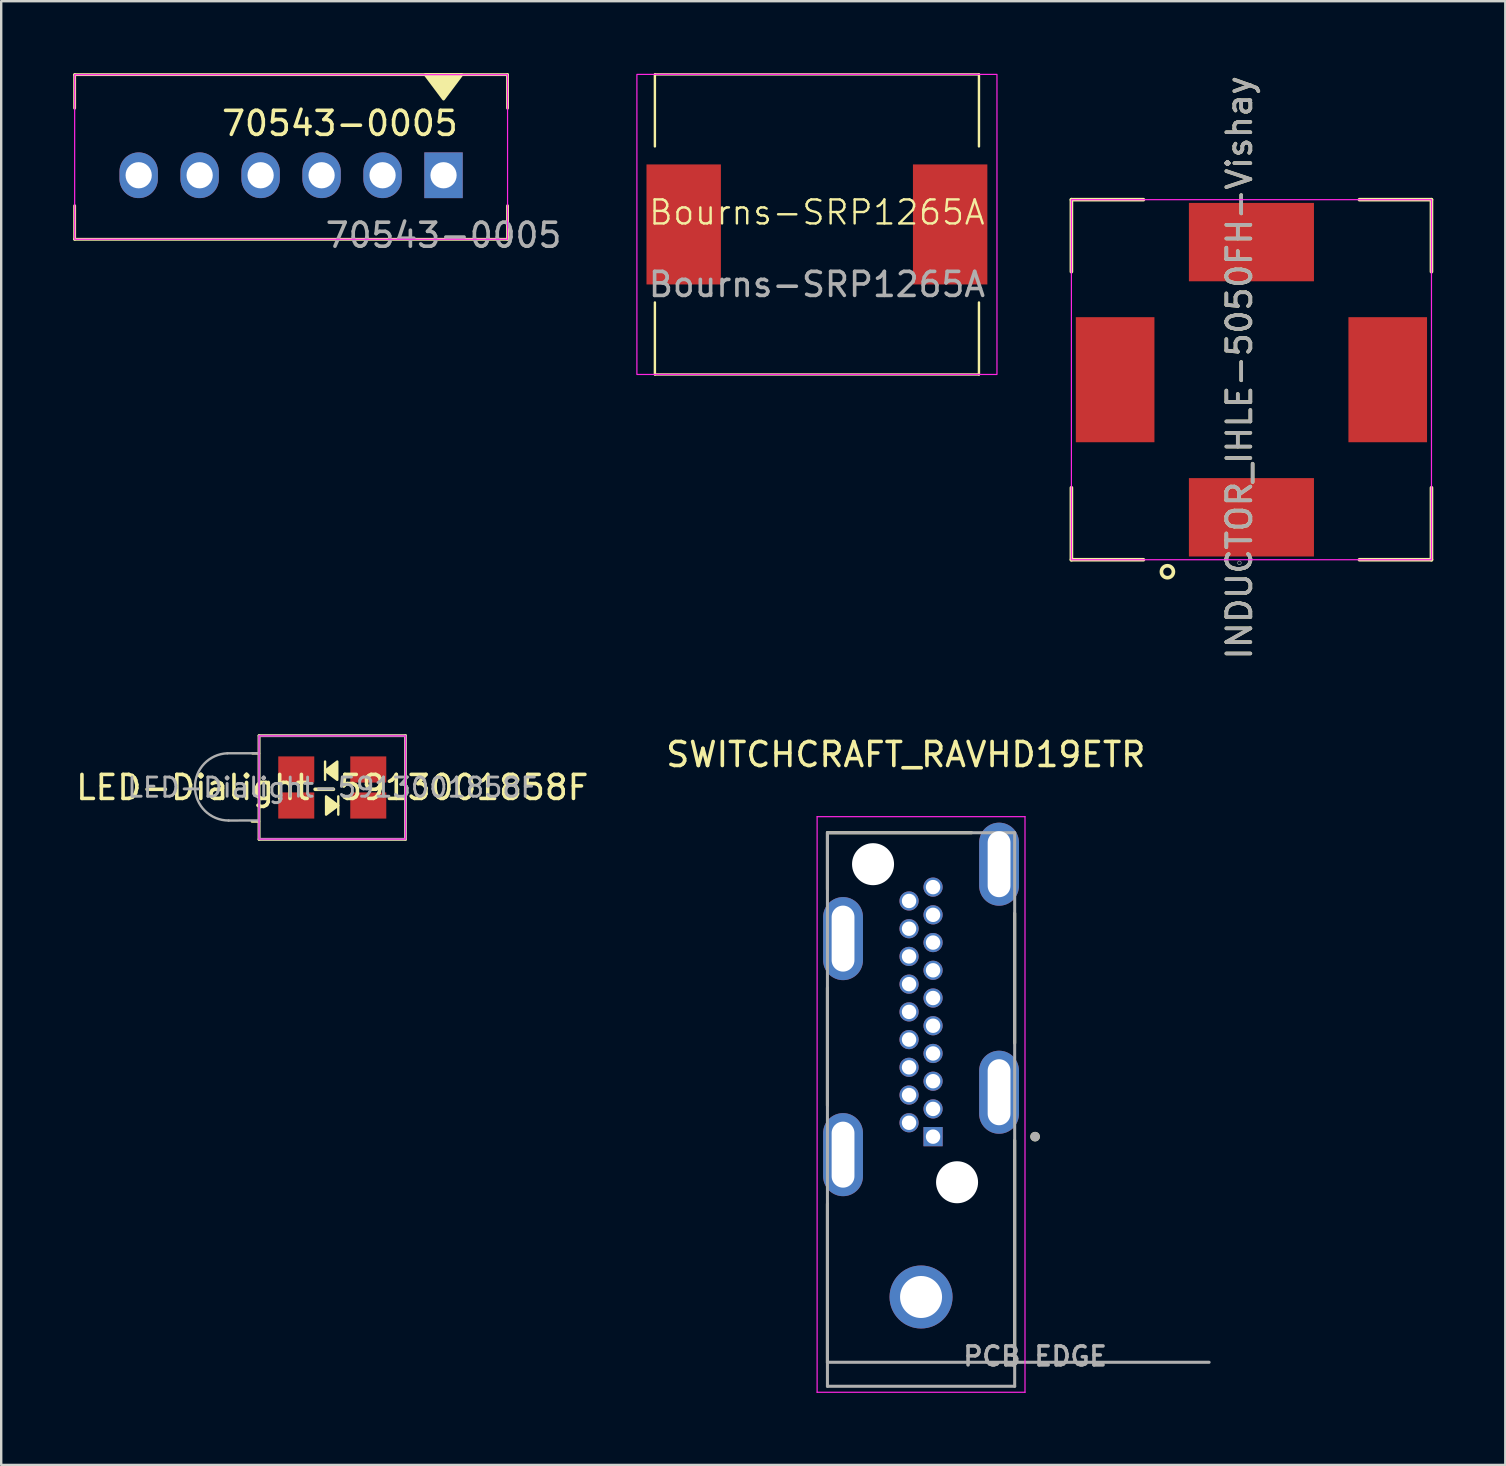
<source format=kicad_pcb>
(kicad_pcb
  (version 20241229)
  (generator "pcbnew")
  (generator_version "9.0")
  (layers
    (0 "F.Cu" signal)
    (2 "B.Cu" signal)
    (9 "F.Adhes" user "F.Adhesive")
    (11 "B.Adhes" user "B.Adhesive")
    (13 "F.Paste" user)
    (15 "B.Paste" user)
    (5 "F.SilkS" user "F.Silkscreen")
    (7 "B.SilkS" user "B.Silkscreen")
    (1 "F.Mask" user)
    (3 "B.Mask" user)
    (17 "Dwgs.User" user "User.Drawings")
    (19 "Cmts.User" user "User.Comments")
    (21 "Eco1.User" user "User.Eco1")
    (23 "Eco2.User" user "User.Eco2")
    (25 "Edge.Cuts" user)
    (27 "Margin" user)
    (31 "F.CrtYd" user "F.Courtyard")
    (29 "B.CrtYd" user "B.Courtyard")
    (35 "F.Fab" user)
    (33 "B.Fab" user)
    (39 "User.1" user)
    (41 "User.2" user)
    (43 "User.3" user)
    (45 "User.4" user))
  (footprint "INDUCTOR_IHLE-5050FH-Vishay"
    (layer "F.Cu")
    (at 49.083 12.768)
    (property "Reference" "INDUCTOR_IHLE-5050FH-Vishay" (at -0.5 -0.5 90) (unlocked yes) (layer "F.SilkS") (effects (font (size 1 1) (thickness 0.15))))
    (attr smd)
    (fp_line (start -7.5 -7.5) (end -7.5 -4.5) (stroke (width 0.152) (type solid)) (layer "F.SilkS"))
    (fp_line (start -7.5 -7.5) (end -4.5 -7.5) (stroke (width 0.152) (type solid)) (layer "F.SilkS"))
    (fp_line (start -7.5 7.5) (end -7.5 4.5) (stroke (width 0.152) (type solid)) (layer "F.SilkS"))
    (fp_line (start -7.5 7.5) (end -4.5 7.5) (stroke (width 0.152) (type solid)) (layer "F.SilkS"))
    (fp_line (start 7.5 -7.5) (end 4.5 -7.5) (stroke (width 0.152) (type solid)) (layer "F.SilkS"))
    (fp_line (start 7.5 -7.5) (end 7.5 -4.5) (stroke (width 0.152) (type solid)) (layer "F.SilkS"))
    (fp_line (start 7.5 7.5) (end 4.5 7.5) (stroke (width 0.152) (type solid)) (layer "F.SilkS"))
    (fp_line (start 7.5 7.5) (end 7.5 4.5) (stroke (width 0.152) (type solid)) (layer "F.SilkS"))
    (fp_circle (center -3.5 8) (end -3.5 7.75) (stroke (width 0.152) (type solid)) (fill no) (layer "F.SilkS"))
    (fp_rect (start -7.5 -7.5) (end 7.5 7.5) (stroke (width 0.05) (type default)) (fill no) (layer "F.CrtYd"))
    (fp_circle (center -0.5 7.628) (end -0.5 7.552) (stroke (width 0.025) (type solid)) (fill no) (layer "F.Fab"))
    (fp_text user "${REFERENCE}" (at -0.5 -0.5 90) (unlocked yes) (layer "F.Fab") (effects (font (size 1 1) (thickness 0.15))))
    (pad "1" smd rect (at 0 5.732) (size 5.21 3.265) (layers "F.Cu" "F.Mask" "F.Paste"))
    (pad "2" smd rect (at 0 -5.732) (size 5.21 3.265) (layers "F.Cu" "F.Mask" "F.Paste"))
    (pad "3" smd rect (at -5.678 0 90) (size 5.21 3.275) (layers "F.Cu" "F.Mask" "F.Paste"))
    (pad "4" smd rect (at 5.678 0 90) (size 5.21 3.275) (layers "F.Cu" "F.Mask" "F.Paste"))
    (zone (net_name "") (layers "F.Cu" "F.CrtYd") (hatch edge 0.5) (connect_pads) (min_thickness 0.25) (filled_areas_thickness no) (keepout (tracks not_allowed) (vias not_allowed) (pads not_allowed) (copperpour allowed) (footprints allowed)) (placement (enabled no)) (fill) (polygon (pts (xy 41.971 15.562) (xy 41.971 19.88) (xy 46.289 19.88) (xy 46.289 16.578) (xy 51.877 16.578) (xy 51.877 19.88) (xy 56.195 19.88) (xy 56.195 15.562) (xy 52.893 15.562) (xy 52.893 9.974) (xy 56.195 9.974) (xy 56.195 5.656) (xy 51.877 5.656) (xy 51.877 8.958) (xy 46.289 8.958) (xy 46.289 5.656) (xy 41.971 5.656) (xy 41.971 9.974) (xy 45.273 9.974) (xy 45.273 15.562)))))
  (footprint "SWITCHCRAFT_RAVHD19ETR"
    (layer "F.Cu")
    (at 35.32 43.171)
    (property "Reference" "SWITCHCRAFT_RAVHD19ETR" (at -0.635 -14.787 0) (layer "F.SilkS") (effects (font (size 1 1) (thickness 0.15))))
    (attr through_hole)
    (fp_circle (center -2 -10.22) (end -1.435 -10.22) (stroke (width 1.129) (type solid)) (fill no) (layer "F.Mask"))
    (fp_circle (center 1.5 3.03) (end 2.064 3.03) (stroke (width 1.129) (type solid)) (fill no) (layer "F.Mask"))
    (fp_circle (center -2 -10.22) (end -1.435 -10.22) (stroke (width 1.129) (type solid)) (fill no) (layer "B.Mask"))
    (fp_circle (center 1.5 3.03) (end 2.064 3.03) (stroke (width 1.129) (type solid)) (fill no) (layer "B.Mask"))
    (fp_line (start -3.9 -11.53) (end 2.106 -11.53) (stroke (width 0.127) (type solid)) (layer "F.SilkS"))
    (fp_line (start -3.9 -9.165) (end -3.9 -11.53) (stroke (width 0.127) (type solid)) (layer "F.SilkS"))
    (fp_line (start -3.9 -5.075) (end -3.9 -0.165) (stroke (width 0.127) (type solid)) (layer "F.SilkS"))
    (fp_line (start -3.9 10.53) (end -3.9 3.925) (stroke (width 0.127) (type solid)) (layer "F.SilkS"))
    (fp_line (start 3.9 -8.176) (end 3.9 -2.765) (stroke (width 0.127) (type solid)) (layer "F.SilkS"))
    (fp_line (start 3.9 1.285) (end 3.9 10.53) (stroke (width 0.127) (type solid)) (layer "F.SilkS"))
    (fp_circle (center 4.75 1.13) (end 4.85 1.13) (stroke (width 0.2) (type solid)) (fill no) (layer "F.SilkS"))
    (fp_line (start -4.33 -12.2) (end -4.33 11.78) (stroke (width 0.05) (type solid)) (layer "F.CrtYd"))
    (fp_line (start -4.33 11.78) (end 4.33 11.78) (stroke (width 0.05) (type solid)) (layer "F.CrtYd"))
    (fp_line (start 4.33 -12.2) (end -4.33 -12.2) (stroke (width 0.05) (type solid)) (layer "F.CrtYd"))
    (fp_line (start 4.33 11.78) (end 4.33 -12.2) (stroke (width 0.05) (type solid)) (layer "F.CrtYd"))
    (fp_line (start -3.9 -11.53) (end 3.9 -11.53) (stroke (width 0.127) (type solid)) (layer "F.Fab"))
    (fp_line (start -3.9 10.53) (end -3.9 -11.53) (stroke (width 0.127) (type solid)) (layer "F.Fab"))
    (fp_line (start -3.9 10.53) (end 12 10.53) (stroke (width 0.127) (type solid)) (layer "F.Fab"))
    (fp_line (start -3.9 11.53) (end -3.9 10.53) (stroke (width 0.127) (type solid)) (layer "F.Fab"))
    (fp_line (start 3.9 -11.53) (end 3.9 11.53) (stroke (width 0.127) (type solid)) (layer "F.Fab"))
    (fp_line (start 3.9 11.53) (end -3.9 11.53) (stroke (width 0.127) (type solid)) (layer "F.Fab"))
    (fp_circle (center 4.75 1.13) (end 4.85 1.13) (stroke (width 0.2) (type solid)) (fill no) (layer "F.Fab"))
    (fp_text user "PCB EDGE" (at 4.75 10.28 0) (layer "F.Fab") (effects (font (size 0.787 0.787) (thickness 0.15))))
    (pad "" np_thru_hole circle (at -2 -10.22) (size 1.75 1.75) (drill 1.75) (layers "*.Cu" "*.Mask"))
    (pad "" np_thru_hole circle (at 1.5 3.03) (size 1.75 1.75) (drill 1.75) (layers "*.Cu" "*.Mask"))
    (pad "1" thru_hole rect (at 0.5 1.13) (size 0.8 0.8) (drill 0.6) (layers "*.Cu" "*.Mask"))
    (pad "2" thru_hole circle (at -0.5 0.552) (size 0.8 0.8) (drill 0.6) (layers "*.Cu" "*.Mask"))
    (pad "3" thru_hole circle (at 0.5 -0.025) (size 0.8 0.8) (drill 0.6) (layers "*.Cu" "*.Mask"))
    (pad "4" thru_hole circle (at -0.5 -0.603) (size 0.8 0.8) (drill 0.6) (layers "*.Cu" "*.Mask"))
    (pad "5" thru_hole circle (at 0.5 -1.18) (size 0.8 0.8) (drill 0.6) (layers "*.Cu" "*.Mask"))
    (pad "6" thru_hole circle (at -0.5 -1.758) (size 0.8 0.8) (drill 0.6) (layers "*.Cu" "*.Mask"))
    (pad "7" thru_hole circle (at 0.5 -2.335) (size 0.8 0.8) (drill 0.6) (layers "*.Cu" "*.Mask"))
    (pad "8" thru_hole circle (at -0.5 -2.913) (size 0.8 0.8) (drill 0.6) (layers "*.Cu" "*.Mask"))
    (pad "9" thru_hole circle (at 0.5 -3.49) (size 0.8 0.8) (drill 0.6) (layers "*.Cu" "*.Mask"))
    (pad "10" thru_hole circle (at -0.5 -4.067) (size 0.8 0.8) (drill 0.6) (layers "*.Cu" "*.Mask"))
    (pad "11" thru_hole circle (at 0.5 -4.645) (size 0.8 0.8) (drill 0.6) (layers "*.Cu" "*.Mask"))
    (pad "12" thru_hole circle (at -0.5 -5.223) (size 0.8 0.8) (drill 0.6) (layers "*.Cu" "*.Mask"))
    (pad "13" thru_hole circle (at 0.5 -5.8) (size 0.8 0.8) (drill 0.6) (layers "*.Cu" "*.Mask"))
    (pad "14" thru_hole circle (at -0.5 -6.378) (size 0.8 0.8) (drill 0.6) (layers "*.Cu" "*.Mask"))
    (pad "15" thru_hole circle (at 0.5 -6.955) (size 0.8 0.8) (drill 0.6) (layers "*.Cu" "*.Mask"))
    (pad "16" thru_hole circle (at -0.5 -7.532) (size 0.8 0.8) (drill 0.6) (layers "*.Cu" "*.Mask"))
    (pad "17" thru_hole circle (at 0.5 -8.11) (size 0.8 0.8) (drill 0.6) (layers "*.Cu" "*.Mask"))
    (pad "18" thru_hole circle (at -0.5 -8.688) (size 0.8 0.8) (drill 0.6) (layers "*.Cu" "*.Mask"))
    (pad "19" thru_hole circle (at 0.5 -9.265) (size 0.8 0.8) (drill 0.6) (layers "*.Cu" "*.Mask"))
    (pad "SH1" thru_hole oval (at 3.25 -0.72) (size 1.66 3.46) (drill oval 0.95 2.75) (layers "*.Cu" "*.Mask"))
    (pad "SH2" thru_hole oval (at 3.25 -10.22) (size 1.66 3.46) (drill oval 0.95 2.75) (layers "*.Cu" "*.Mask"))
    (pad "SH3" thru_hole oval (at -3.25 -7.12) (size 1.66 3.46) (drill oval 0.95 2.75) (layers "*.Cu" "*.Mask"))
    (pad "SH4" thru_hole oval (at -3.25 1.88) (size 1.66 3.46) (drill oval 0.95 2.75) (layers "*.Cu" "*.Mask"))
    (pad "SH5" thru_hole circle (at 0 7.81) (size 2.625 2.625) (drill 1.75) (layers "*.Cu" "*.Mask")))
  (footprint "Bourns-SRP1265A"
    (layer "F.Cu")
    (at 30.982 6.3)
    (property "Reference" "Bourns-SRP1265A" (at 0 -0.5 0) (unlocked yes) (layer "F.SilkS") (effects (font (size 1 1) (thickness 0.1))))
    (attr smd)
    (fp_line (start -6.75 -6.25) (end -6.75 -3.25) (stroke (width 0.1) (type default)) (layer "F.SilkS"))
    (fp_line (start -6.75 -6.25) (end 6.75 -6.25) (stroke (width 0.1) (type default)) (layer "F.SilkS"))
    (fp_line (start -6.75 3.25) (end -6.75 6.25) (stroke (width 0.1) (type default)) (layer "F.SilkS"))
    (fp_line (start 6.75 -3.25) (end 6.75 -6.25) (stroke (width 0.1) (type default)) (layer "F.SilkS"))
    (fp_line (start 6.75 3.25) (end 6.75 6.25) (stroke (width 0.1) (type default)) (layer "F.SilkS"))
    (fp_line (start 6.75 6.25) (end -6.75 6.25) (stroke (width 0.1) (type default)) (layer "F.SilkS"))
    (fp_rect (start -7.5 -6.25) (end 7.5 6.25) (stroke (width 0.05) (type default)) (fill no) (layer "F.CrtYd"))
    (fp_text user "${REFERENCE}" (at 0 2.5 0) (unlocked yes) (layer "F.Fab") (effects (font (size 1 1) (thickness 0.15))))
    (pad "1" smd rect (at -5.55 0) (size 3.1 5) (layers "F.Cu" "F.Mask" "F.Paste"))
    (pad "2" smd rect (at 5.55 0) (size 3.1 5) (layers "F.Cu" "F.Mask" "F.Paste")))
  (footprint "70543-0005"
    (layer "F.Cu")
    (at 15.427 4.251)
    (property "Reference" "70543-0005" (at -4.318 -2.159 0) (unlocked yes) (layer "F.SilkS") (effects (font (size 1 1) (thickness 0.15))))
    (attr through_hole)
    (fp_line (start -15.367 -4.191) (end 2.667 -4.191) (stroke (width 0.12) (type solid)) (layer "F.SilkS"))
    (fp_line (start -15.367 -2.794) (end -15.367 -4.191) (stroke (width 0.12) (type solid)) (layer "F.SilkS"))
    (fp_line (start -15.367 2.667) (end -15.367 1.27) (stroke (width 0.12) (type solid)) (layer "F.SilkS"))
    (fp_line (start -15.367 2.667) (end 2.667 2.667) (stroke (width 0.12) (type solid)) (layer "F.SilkS"))
    (fp_line (start 2.667 -2.794) (end 2.667 -4.191) (stroke (width 0.12) (type solid)) (layer "F.SilkS"))
    (fp_line (start 2.667 2.667) (end 2.667 1.27) (stroke (width 0.12) (type solid)) (layer "F.SilkS"))
    (fp_poly (pts (xy 0 -3.175) (xy -0.762 -4.191) (xy 0.762 -4.191)) (stroke (width 0.12) (type solid)) (fill yes) (layer "F.SilkS"))
    (fp_rect (start -15.367 -4.191) (end 2.667 2.667) (stroke (width 0.05) (type solid)) (fill no) (layer "F.CrtYd"))
    (fp_text user "${REFERENCE}" (at 0 2.5 0) (unlocked yes) (layer "F.Fab") (effects (font (size 1 1) (thickness 0.15))))
    (pad "1" thru_hole rect (at 0 0) (size 1.6 1.905) (drill 1.092) (layers "*.Cu" "*.Mask"))
    (pad "2" thru_hole oval (at -2.54 0) (size 1.6 1.905) (drill 1.092) (layers "*.Cu" "*.Mask"))
    (pad "3" thru_hole oval (at -5.08 0) (size 1.6 1.905) (drill 1.092) (layers "*.Cu" "*.Mask"))
    (pad "4" thru_hole oval (at -7.62 0) (size 1.6 1.905) (drill 1.092) (layers "*.Cu" "*.Mask"))
    (pad "5" thru_hole oval (at -10.16 0) (size 1.6 1.905) (drill 1.092) (layers "*.Cu" "*.Mask"))
    (pad "6" thru_hole oval (at -12.7 0) (size 1.6 1.905) (drill 1.092) (layers "*.Cu" "*.Mask")))
  (footprint "LED-Dialight-5913001858F"
    (layer "F.Cu")
    (at 10.792 29.756)
    (property "Reference" "LED-Dialight-5913001858F" (at 0 0 0) (layer "F.SilkS") (effects (font (size 1 1) (thickness 0.15))))
    (attr smd)
    (fp_line (start -3.05 -2.16) (end 3.05 -2.16) (stroke (width 0.12) (type solid)) (layer "F.SilkS"))
    (fp_line (start -3.05 -1.42) (end -3.325 -1.42) (stroke (width 0.1) (type default)) (layer "F.SilkS"))
    (fp_line (start -3.05 1.42) (end -3.35 1.42) (stroke (width 0.1) (type default)) (layer "F.SilkS"))
    (fp_line (start -3.05 2.16) (end -3.05 -2.16) (stroke (width 0.12) (type solid)) (layer "F.SilkS"))
    (fp_line (start -3.05 2.16) (end 3.05 2.16) (stroke (width 0.12) (type solid)) (layer "F.SilkS"))
    (fp_line (start -0.3 -1.081) (end -0.3 -0.319) (stroke (width 0.1) (type default)) (layer "F.SilkS"))
    (fp_line (start 0.25 1.131) (end 0.25 0.369) (stroke (width 0.1) (type default)) (layer "F.SilkS"))
    (fp_line (start 3.05 2.16) (end 3.05 -2.16) (stroke (width 0.12) (type solid)) (layer "F.SilkS"))
    (fp_poly (pts (xy -0.258 0.369) (xy 0.25 0.75) (xy -0.258 1.131)) (stroke (width 0.1) (type solid)) (fill yes) (layer "F.SilkS"))
    (fp_poly (pts (xy 0.208 -0.319) (xy -0.3 -0.7) (xy 0.208 -1.081)) (stroke (width 0.1) (type solid)) (fill yes) (layer "F.SilkS"))
    (fp_rect (start -3.05 -2.15) (end 3.05 2.15) (stroke (width 0.05) (type default)) (fill no) (layer "F.CrtYd"))
    (fp_line (start -4.369 -1.425) (end -3.055 -1.426) (stroke (width 0.1) (type default)) (layer "F.Fab"))
    (fp_line (start -4.319 1.376) (end -3.055 1.373) (stroke (width 0.1) (type default)) (layer "F.Fab"))
    (fp_rect (start -3.05 -2.15) (end 3.05 2.15) (stroke (width 0.1) (type default)) (fill no) (layer "F.Fab"))
    (fp_arc (start -4.319331 1.375888) (mid -5.72 0) (end -4.369331 -1.425003) (stroke (width 0.1) (type default)) (layer "F.Fab"))
    (fp_text user "${REFERENCE}" (at 0 0 0) (layer "F.Fab") (effects (font (size 0.8 0.8) (thickness 0.12))))
    (pad "1" smd rect (at 1.5 0.75) (size 1.5 1.09) (layers "F.Cu" "F.Mask" "F.Paste"))
    (pad "2" smd rect (at -1.5 0.75) (size 1.5 1.09) (layers "F.Cu" "F.Mask" "F.Paste"))
    (pad "3" smd rect (at 1.5 -0.75) (size 1.5 1.09) (layers "F.Cu" "F.Mask" "F.Paste"))
    (pad "4" smd rect (at -1.5 -0.75) (size 1.5 1.09) (layers "F.Cu" "F.Mask" "F.Paste")))
  (gr_rect
    (start -3 -3)
    (end 59.659 57.976)
    (stroke (width 0.1) (type default))
    (fill no)
    (layer "Edge.Cuts")))
</source>
